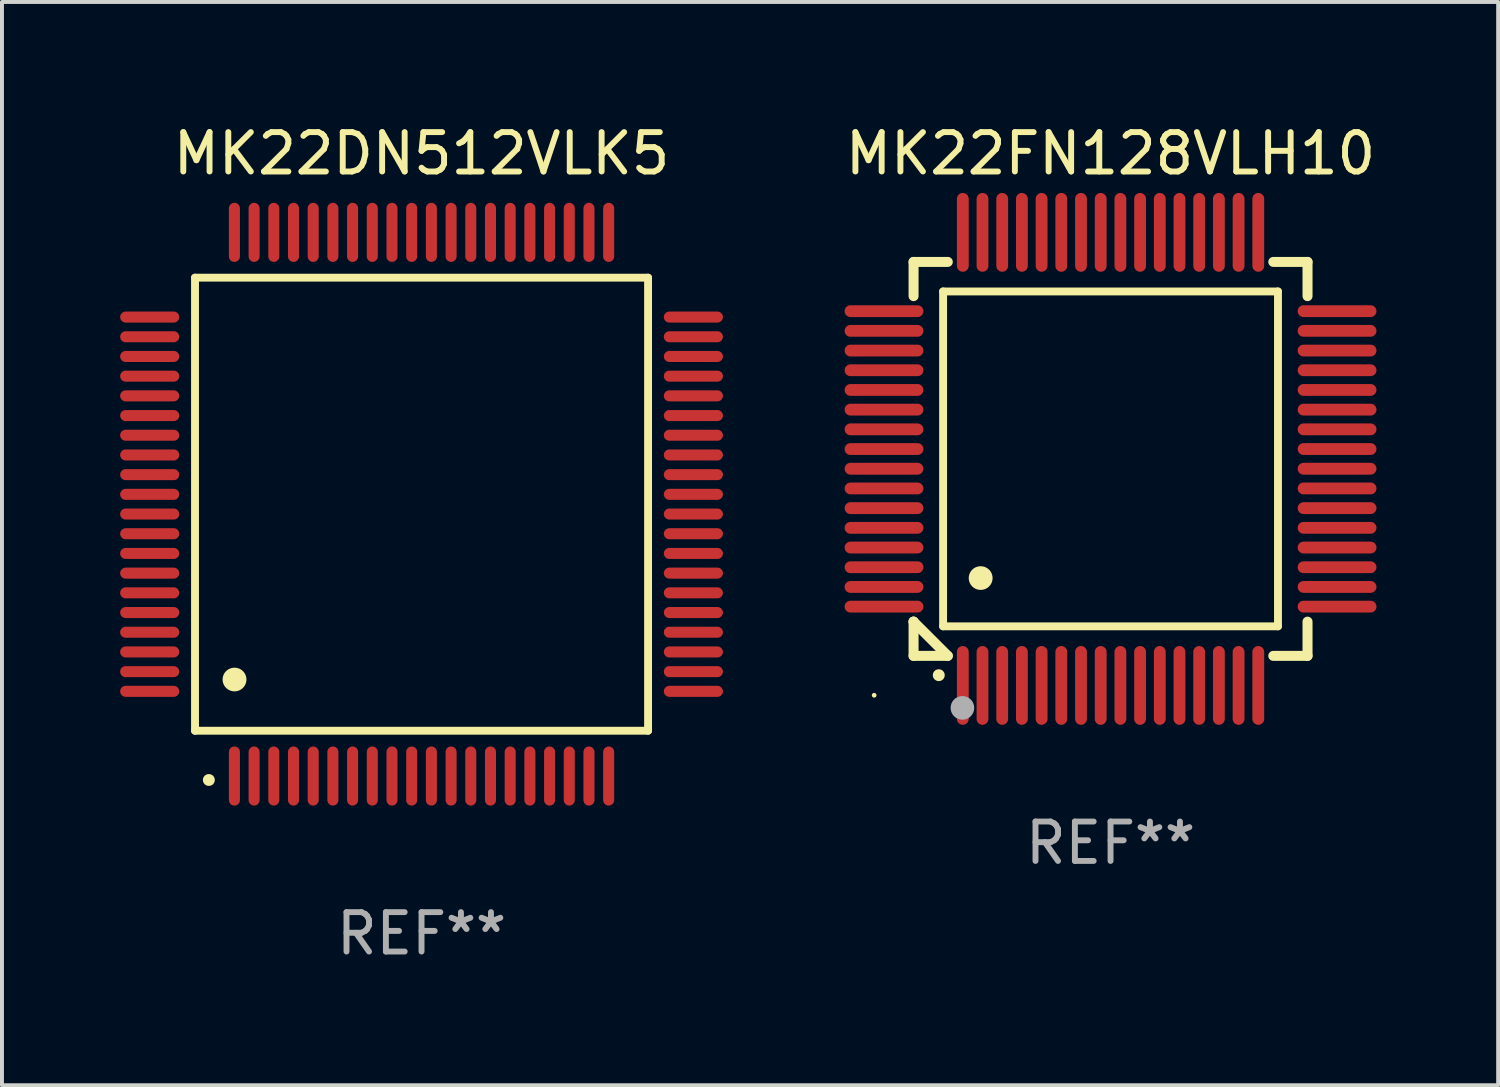
<source format=kicad_pcb>
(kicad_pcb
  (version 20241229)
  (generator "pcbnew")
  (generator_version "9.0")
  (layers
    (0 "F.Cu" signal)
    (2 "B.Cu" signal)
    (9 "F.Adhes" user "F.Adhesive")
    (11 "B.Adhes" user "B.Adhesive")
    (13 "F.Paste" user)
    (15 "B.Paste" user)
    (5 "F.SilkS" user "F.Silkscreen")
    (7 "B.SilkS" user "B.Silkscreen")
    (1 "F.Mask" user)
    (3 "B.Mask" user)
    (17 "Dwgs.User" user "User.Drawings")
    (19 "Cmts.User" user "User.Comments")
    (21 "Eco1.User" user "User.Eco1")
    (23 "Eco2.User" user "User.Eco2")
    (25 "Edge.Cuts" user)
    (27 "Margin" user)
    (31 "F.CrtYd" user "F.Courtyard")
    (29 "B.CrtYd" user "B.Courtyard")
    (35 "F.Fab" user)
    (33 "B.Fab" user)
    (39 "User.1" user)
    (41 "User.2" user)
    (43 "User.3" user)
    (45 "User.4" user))
  (footprint "MK22DN512VLK5"
    (layer "F.Cu")
    (at 7.65 9.748)
    (property "Reference" "MK22DN512VLK5" (at 0 -8.9 0) (layer "F.SilkS") (effects (font (size 1 1) (thickness 0.15))))
    (attr through_hole)
    (fp_line (start -5.75 -5.75) (end 5.75 -5.75) (stroke (width 0.2) (type solid)) (layer "F.SilkS"))
    (fp_line (start -5.75 5.75) (end -5.75 -5.75) (stroke (width 0.2) (type solid)) (layer "F.SilkS"))
    (fp_line (start 5.75 -5.75) (end 5.75 5.75) (stroke (width 0.2) (type solid)) (layer "F.SilkS"))
    (fp_line (start 5.75 5.75) (end -5.75 5.75) (stroke (width 0.2) (type solid)) (layer "F.SilkS"))
    (fp_arc (start -5.400051 7.000254) (mid -5.398781 7.000249) (end -5.397511 7.000254) (stroke (width 0.3) (type solid)) (layer "F.SilkS"))
    (fp_arc (start -4.749809 4.450089) (mid -4.747269 4.450078) (end -4.744729 4.450089) (stroke (width 0.6) (type solid)) (layer "F.SilkS"))
    (fp_text user "REF**" (at 0 10.9 0) (layer "F.Fab") (effects (font (size 1 1) (thickness 0.15))))
    (pad "1" smd oval (at -4.75 6.9) (size 0.28 1.5) (layers "F.Cu" "F.Mask" "F.Paste"))
    (pad "2" smd oval (at -4.25 6.9) (size 0.28 1.5) (layers "F.Cu" "F.Mask" "F.Paste"))
    (pad "3" smd oval (at -3.75 6.9) (size 0.28 1.5) (layers "F.Cu" "F.Mask" "F.Paste"))
    (pad "4" smd oval (at -3.25 6.9) (size 0.28 1.5) (layers "F.Cu" "F.Mask" "F.Paste"))
    (pad "5" smd oval (at -2.75 6.9) (size 0.28 1.5) (layers "F.Cu" "F.Mask" "F.Paste"))
    (pad "6" smd oval (at -2.25 6.9) (size 0.28 1.5) (layers "F.Cu" "F.Mask" "F.Paste"))
    (pad "7" smd oval (at -1.75 6.9) (size 0.28 1.5) (layers "F.Cu" "F.Mask" "F.Paste"))
    (pad "8" smd oval (at -1.25 6.9) (size 0.28 1.5) (layers "F.Cu" "F.Mask" "F.Paste"))
    (pad "9" smd oval (at -0.75 6.9) (size 0.28 1.5) (layers "F.Cu" "F.Mask" "F.Paste"))
    (pad "10" smd oval (at -0.25 6.9) (size 0.28 1.5) (layers "F.Cu" "F.Mask" "F.Paste"))
    (pad "11" smd oval (at 0.25 6.9) (size 0.28 1.5) (layers "F.Cu" "F.Mask" "F.Paste"))
    (pad "12" smd oval (at 0.75 6.9) (size 0.28 1.5) (layers "F.Cu" "F.Mask" "F.Paste"))
    (pad "13" smd oval (at 1.25 6.9) (size 0.28 1.5) (layers "F.Cu" "F.Mask" "F.Paste"))
    (pad "14" smd oval (at 1.75 6.9) (size 0.28 1.5) (layers "F.Cu" "F.Mask" "F.Paste"))
    (pad "15" smd oval (at 2.25 6.9) (size 0.28 1.5) (layers "F.Cu" "F.Mask" "F.Paste"))
    (pad "16" smd oval (at 2.75 6.9) (size 0.28 1.5) (layers "F.Cu" "F.Mask" "F.Paste"))
    (pad "17" smd oval (at 3.25 6.9) (size 0.28 1.5) (layers "F.Cu" "F.Mask" "F.Paste"))
    (pad "18" smd oval (at 3.75 6.9) (size 0.28 1.5) (layers "F.Cu" "F.Mask" "F.Paste"))
    (pad "19" smd oval (at 4.25 6.9) (size 0.28 1.5) (layers "F.Cu" "F.Mask" "F.Paste"))
    (pad "20" smd oval (at 4.75 6.9) (size 0.28 1.5) (layers "F.Cu" "F.Mask" "F.Paste"))
    (pad "21" smd oval (at 6.9 4.75) (size 1.5 0.28) (layers "F.Cu" "F.Mask" "F.Paste"))
    (pad "22" smd oval (at 6.9 4.25) (size 1.5 0.28) (layers "F.Cu" "F.Mask" "F.Paste"))
    (pad "23" smd oval (at 6.9 3.75) (size 1.5 0.28) (layers "F.Cu" "F.Mask" "F.Paste"))
    (pad "24" smd oval (at 6.9 3.25) (size 1.5 0.28) (layers "F.Cu" "F.Mask" "F.Paste"))
    (pad "25" smd oval (at 6.9 2.75) (size 1.5 0.28) (layers "F.Cu" "F.Mask" "F.Paste"))
    (pad "26" smd oval (at 6.9 2.25) (size 1.5 0.28) (layers "F.Cu" "F.Mask" "F.Paste"))
    (pad "27" smd oval (at 6.9 1.75) (size 1.5 0.28) (layers "F.Cu" "F.Mask" "F.Paste"))
    (pad "28" smd oval (at 6.9 1.25) (size 1.5 0.28) (layers "F.Cu" "F.Mask" "F.Paste"))
    (pad "29" smd oval (at 6.9 0.75) (size 1.5 0.28) (layers "F.Cu" "F.Mask" "F.Paste"))
    (pad "30" smd oval (at 6.9 0.25) (size 1.5 0.28) (layers "F.Cu" "F.Mask" "F.Paste"))
    (pad "31" smd oval (at 6.9 -0.25) (size 1.5 0.28) (layers "F.Cu" "F.Mask" "F.Paste"))
    (pad "32" smd oval (at 6.9 -0.75) (size 1.5 0.28) (layers "F.Cu" "F.Mask" "F.Paste"))
    (pad "33" smd oval (at 6.9 -1.25) (size 1.5 0.28) (layers "F.Cu" "F.Mask" "F.Paste"))
    (pad "34" smd oval (at 6.9 -1.75) (size 1.5 0.28) (layers "F.Cu" "F.Mask" "F.Paste"))
    (pad "35" smd oval (at 6.9 -2.25) (size 1.5 0.28) (layers "F.Cu" "F.Mask" "F.Paste"))
    (pad "36" smd oval (at 6.9 -2.75) (size 1.5 0.28) (layers "F.Cu" "F.Mask" "F.Paste"))
    (pad "37" smd oval (at 6.9 -3.25) (size 1.5 0.28) (layers "F.Cu" "F.Mask" "F.Paste"))
    (pad "38" smd oval (at 6.9 -3.75) (size 1.5 0.28) (layers "F.Cu" "F.Mask" "F.Paste"))
    (pad "39" smd oval (at 6.9 -4.25) (size 1.5 0.28) (layers "F.Cu" "F.Mask" "F.Paste"))
    (pad "40" smd oval (at 6.9 -4.75) (size 1.5 0.28) (layers "F.Cu" "F.Mask" "F.Paste"))
    (pad "41" smd oval (at 4.75 -6.9) (size 0.28 1.5) (layers "F.Cu" "F.Mask" "F.Paste"))
    (pad "42" smd oval (at 4.25 -6.9) (size 0.28 1.5) (layers "F.Cu" "F.Mask" "F.Paste"))
    (pad "43" smd oval (at 3.75 -6.9) (size 0.28 1.5) (layers "F.Cu" "F.Mask" "F.Paste"))
    (pad "44" smd oval (at 3.25 -6.9) (size 0.28 1.5) (layers "F.Cu" "F.Mask" "F.Paste"))
    (pad "45" smd oval (at 2.75 -6.9) (size 0.28 1.5) (layers "F.Cu" "F.Mask" "F.Paste"))
    (pad "46" smd oval (at 2.25 -6.9) (size 0.28 1.5) (layers "F.Cu" "F.Mask" "F.Paste"))
    (pad "47" smd oval (at 1.75 -6.9) (size 0.28 1.5) (layers "F.Cu" "F.Mask" "F.Paste"))
    (pad "48" smd oval (at 1.25 -6.9) (size 0.28 1.5) (layers "F.Cu" "F.Mask" "F.Paste"))
    (pad "49" smd oval (at 0.75 -6.9) (size 0.28 1.5) (layers "F.Cu" "F.Mask" "F.Paste"))
    (pad "50" smd oval (at 0.25 -6.9) (size 0.28 1.5) (layers "F.Cu" "F.Mask" "F.Paste"))
    (pad "51" smd oval (at -0.25 -6.9) (size 0.28 1.5) (layers "F.Cu" "F.Mask" "F.Paste"))
    (pad "52" smd oval (at -0.75 -6.9) (size 0.28 1.5) (layers "F.Cu" "F.Mask" "F.Paste"))
    (pad "53" smd oval (at -1.25 -6.9) (size 0.28 1.5) (layers "F.Cu" "F.Mask" "F.Paste"))
    (pad "54" smd oval (at -1.75 -6.9) (size 0.28 1.5) (layers "F.Cu" "F.Mask" "F.Paste"))
    (pad "55" smd oval (at -2.25 -6.9) (size 0.28 1.5) (layers "F.Cu" "F.Mask" "F.Paste"))
    (pad "56" smd oval (at -2.75 -6.9) (size 0.28 1.5) (layers "F.Cu" "F.Mask" "F.Paste"))
    (pad "57" smd oval (at -3.25 -6.9) (size 0.28 1.5) (layers "F.Cu" "F.Mask" "F.Paste"))
    (pad "58" smd oval (at -3.75 -6.9) (size 0.28 1.5) (layers "F.Cu" "F.Mask" "F.Paste"))
    (pad "59" smd oval (at -4.25 -6.9) (size 0.28 1.5) (layers "F.Cu" "F.Mask" "F.Paste"))
    (pad "60" smd oval (at -4.75 -6.9) (size 0.28 1.5) (layers "F.Cu" "F.Mask" "F.Paste"))
    (pad "61" smd oval (at -6.9 -4.75) (size 1.5 0.28) (layers "F.Cu" "F.Mask" "F.Paste"))
    (pad "62" smd oval (at -6.9 -4.25) (size 1.5 0.28) (layers "F.Cu" "F.Mask" "F.Paste"))
    (pad "63" smd oval (at -6.9 -3.75) (size 1.5 0.28) (layers "F.Cu" "F.Mask" "F.Paste"))
    (pad "64" smd oval (at -6.9 -3.25) (size 1.5 0.28) (layers "F.Cu" "F.Mask" "F.Paste"))
    (pad "65" smd oval (at -6.9 -2.75) (size 1.5 0.28) (layers "F.Cu" "F.Mask" "F.Paste"))
    (pad "66" smd oval (at -6.9 -2.25) (size 1.5 0.28) (layers "F.Cu" "F.Mask" "F.Paste"))
    (pad "67" smd oval (at -6.9 -1.75) (size 1.5 0.28) (layers "F.Cu" "F.Mask" "F.Paste"))
    (pad "68" smd oval (at -6.9 -1.25) (size 1.5 0.28) (layers "F.Cu" "F.Mask" "F.Paste"))
    (pad "69" smd oval (at -6.9 -0.75) (size 1.5 0.28) (layers "F.Cu" "F.Mask" "F.Paste"))
    (pad "70" smd oval (at -6.9 -0.25) (size 1.5 0.28) (layers "F.Cu" "F.Mask" "F.Paste"))
    (pad "71" smd oval (at -6.9 0.25) (size 1.5 0.28) (layers "F.Cu" "F.Mask" "F.Paste"))
    (pad "72" smd oval (at -6.9 0.75) (size 1.5 0.28) (layers "F.Cu" "F.Mask" "F.Paste"))
    (pad "73" smd oval (at -6.9 1.25) (size 1.5 0.28) (layers "F.Cu" "F.Mask" "F.Paste"))
    (pad "74" smd oval (at -6.9 1.75) (size 1.5 0.28) (layers "F.Cu" "F.Mask" "F.Paste"))
    (pad "75" smd oval (at -6.9 2.25) (size 1.5 0.28) (layers "F.Cu" "F.Mask" "F.Paste"))
    (pad "76" smd oval (at -6.9 2.75) (size 1.5 0.28) (layers "F.Cu" "F.Mask" "F.Paste"))
    (pad "77" smd oval (at -6.9 3.25) (size 1.5 0.28) (layers "F.Cu" "F.Mask" "F.Paste"))
    (pad "78" smd oval (at -6.9 3.75) (size 1.5 0.28) (layers "F.Cu" "F.Mask" "F.Paste"))
    (pad "79" smd oval (at -6.9 4.25) (size 1.5 0.28) (layers "F.Cu" "F.Mask" "F.Paste"))
    (pad "80" smd oval (at -6.9 4.75) (size 1.5 0.28) (layers "F.Cu" "F.Mask" "F.Paste")))
  (footprint "MK22FN128VLH10"
    (layer "F.Cu")
    (at 25.139 8.598)
    (property "Reference" "MK22FN128VLH10" (at 0 -7.75 0) (layer "F.SilkS") (effects (font (size 1 1) (thickness 0.15))))
    (attr through_hole)
    (fp_line (start -5 -5) (end -4.131 -5) (stroke (width 0.254) (type solid)) (layer "F.SilkS"))
    (fp_line (start -5 -4.131) (end -5 -5) (stroke (width 0.254) (type solid)) (layer "F.SilkS"))
    (fp_line (start -5 4.131) (end -5 4.131) (stroke (width 0.254) (type solid)) (layer "F.SilkS"))
    (fp_line (start -5 5) (end -5 4.131) (stroke (width 0.254) (type solid)) (layer "F.SilkS"))
    (fp_line (start -5 4.131) (end -4.131 5) (stroke (width 0.254) (type solid)) (layer "F.SilkS"))
    (fp_line (start -4.25 -4.25) (end -4.25 4.25) (stroke (width 0.2) (type solid)) (layer "F.SilkS"))
    (fp_line (start -4.25 4.25) (end 4.25 4.25) (stroke (width 0.2) (type solid)) (layer "F.SilkS"))
    (fp_line (start -4.131 5) (end -5 5) (stroke (width 0.254) (type solid)) (layer "F.SilkS"))
    (fp_line (start 4.25 -4.25) (end -4.25 -4.25) (stroke (width 0.2) (type solid)) (layer "F.SilkS"))
    (fp_line (start 4.25 4.25) (end 4.25 -4.25) (stroke (width 0.2) (type solid)) (layer "F.SilkS"))
    (fp_line (start 5 -5) (end 4.131 -5) (stroke (width 0.254) (type solid)) (layer "F.SilkS"))
    (fp_line (start 5 -5) (end 5 -4.131) (stroke (width 0.254) (type solid)) (layer "F.SilkS"))
    (fp_line (start 5 4.131) (end 5 5) (stroke (width 0.254) (type solid)) (layer "F.SilkS"))
    (fp_line (start 5 5) (end 4.131 5) (stroke (width 0.254) (type solid)) (layer "F.SilkS"))
    (fp_arc (start -4.361265 5.489992) (mid -4.359995 5.489987) (end -4.358725 5.489992) (stroke (width 0.3) (type solid)) (layer "F.SilkS"))
    (fp_arc (start -3.299467 3.025146) (mid -3.296927 3.025135) (end -3.294387 3.025146) (stroke (width 0.6) (type solid)) (layer "F.SilkS"))
    (fp_circle (center -6 6) (end -5.97 6) (stroke (width 0.06) (type solid)) (fill no) (layer "F.SilkS"))
    (fp_circle (center -3.76 6.32) (end -3.61 6.32) (stroke (width 0.3) (type solid)) (fill no) (layer "F.Fab"))
    (fp_text user "REF**" (at 0 9.75 0) (layer "F.Fab") (effects (font (size 1 1) (thickness 0.15))))
    (pad "1" smd oval (at -3.75 5.75) (size 0.3 2) (layers "F.Cu" "F.Mask" "F.Paste"))
    (pad "2" smd oval (at -3.25 5.75) (size 0.3 2) (layers "F.Cu" "F.Mask" "F.Paste"))
    (pad "3" smd oval (at -2.75 5.75) (size 0.3 2) (layers "F.Cu" "F.Mask" "F.Paste"))
    (pad "4" smd oval (at -2.25 5.75) (size 0.3 2) (layers "F.Cu" "F.Mask" "F.Paste"))
    (pad "5" smd oval (at -1.75 5.75) (size 0.3 2) (layers "F.Cu" "F.Mask" "F.Paste"))
    (pad "6" smd oval (at -1.25 5.75) (size 0.3 2) (layers "F.Cu" "F.Mask" "F.Paste"))
    (pad "7" smd oval (at -0.75 5.75) (size 0.3 2) (layers "F.Cu" "F.Mask" "F.Paste"))
    (pad "8" smd oval (at -0.25 5.75) (size 0.3 2) (layers "F.Cu" "F.Mask" "F.Paste"))
    (pad "9" smd oval (at 0.25 5.75) (size 0.3 2) (layers "F.Cu" "F.Mask" "F.Paste"))
    (pad "10" smd oval (at 0.75 5.75) (size 0.3 2) (layers "F.Cu" "F.Mask" "F.Paste"))
    (pad "11" smd oval (at 1.25 5.75) (size 0.3 2) (layers "F.Cu" "F.Mask" "F.Paste"))
    (pad "12" smd oval (at 1.75 5.75) (size 0.3 2) (layers "F.Cu" "F.Mask" "F.Paste"))
    (pad "13" smd oval (at 2.25 5.75) (size 0.3 2) (layers "F.Cu" "F.Mask" "F.Paste"))
    (pad "14" smd oval (at 2.75 5.75) (size 0.3 2) (layers "F.Cu" "F.Mask" "F.Paste"))
    (pad "15" smd oval (at 3.25 5.75) (size 0.3 2) (layers "F.Cu" "F.Mask" "F.Paste"))
    (pad "16" smd oval (at 3.75 5.75) (size 0.3 2) (layers "F.Cu" "F.Mask" "F.Paste"))
    (pad "17" smd oval (at 5.75 3.75) (size 2 0.3) (layers "F.Cu" "F.Mask" "F.Paste"))
    (pad "18" smd oval (at 5.75 3.25) (size 2 0.3) (layers "F.Cu" "F.Mask" "F.Paste"))
    (pad "19" smd oval (at 5.75 2.75) (size 2 0.3) (layers "F.Cu" "F.Mask" "F.Paste"))
    (pad "20" smd oval (at 5.75 2.25) (size 2 0.3) (layers "F.Cu" "F.Mask" "F.Paste"))
    (pad "21" smd oval (at 5.75 1.75) (size 2 0.3) (layers "F.Cu" "F.Mask" "F.Paste"))
    (pad "22" smd oval (at 5.75 1.25) (size 2 0.3) (layers "F.Cu" "F.Mask" "F.Paste"))
    (pad "23" smd oval (at 5.75 0.75) (size 2 0.3) (layers "F.Cu" "F.Mask" "F.Paste"))
    (pad "24" smd oval (at 5.75 0.25) (size 2 0.3) (layers "F.Cu" "F.Mask" "F.Paste"))
    (pad "25" smd oval (at 5.75 -0.25) (size 2 0.3) (layers "F.Cu" "F.Mask" "F.Paste"))
    (pad "26" smd oval (at 5.75 -0.75) (size 2 0.3) (layers "F.Cu" "F.Mask" "F.Paste"))
    (pad "27" smd oval (at 5.75 -1.25) (size 2 0.3) (layers "F.Cu" "F.Mask" "F.Paste"))
    (pad "28" smd oval (at 5.75 -1.75) (size 2 0.3) (layers "F.Cu" "F.Mask" "F.Paste"))
    (pad "29" smd oval (at 5.75 -2.25) (size 2 0.3) (layers "F.Cu" "F.Mask" "F.Paste"))
    (pad "30" smd oval (at 5.75 -2.75) (size 2 0.3) (layers "F.Cu" "F.Mask" "F.Paste"))
    (pad "31" smd oval (at 5.75 -3.25) (size 2 0.3) (layers "F.Cu" "F.Mask" "F.Paste"))
    (pad "32" smd oval (at 5.75 -3.75) (size 2 0.3) (layers "F.Cu" "F.Mask" "F.Paste"))
    (pad "33" smd oval (at 3.75 -5.75) (size 0.3 2) (layers "F.Cu" "F.Mask" "F.Paste"))
    (pad "34" smd oval (at 3.25 -5.75) (size 0.3 2) (layers "F.Cu" "F.Mask" "F.Paste"))
    (pad "35" smd oval (at 2.75 -5.75) (size 0.3 2) (layers "F.Cu" "F.Mask" "F.Paste"))
    (pad "36" smd oval (at 2.25 -5.75) (size 0.3 2) (layers "F.Cu" "F.Mask" "F.Paste"))
    (pad "37" smd oval (at 1.75 -5.75) (size 0.3 2) (layers "F.Cu" "F.Mask" "F.Paste"))
    (pad "38" smd oval (at 1.25 -5.75) (size 0.3 2) (layers "F.Cu" "F.Mask" "F.Paste"))
    (pad "39" smd oval (at 0.75 -5.75) (size 0.3 2) (layers "F.Cu" "F.Mask" "F.Paste"))
    (pad "40" smd oval (at 0.25 -5.75) (size 0.3 2) (layers "F.Cu" "F.Mask" "F.Paste"))
    (pad "41" smd oval (at -0.25 -5.75) (size 0.3 2) (layers "F.Cu" "F.Mask" "F.Paste"))
    (pad "42" smd oval (at -0.75 -5.75) (size 0.3 2) (layers "F.Cu" "F.Mask" "F.Paste"))
    (pad "43" smd oval (at -1.25 -5.75) (size 0.3 2) (layers "F.Cu" "F.Mask" "F.Paste"))
    (pad "44" smd oval (at -1.75 -5.75) (size 0.3 2) (layers "F.Cu" "F.Mask" "F.Paste"))
    (pad "45" smd oval (at -2.25 -5.75) (size 0.3 2) (layers "F.Cu" "F.Mask" "F.Paste"))
    (pad "46" smd oval (at -2.75 -5.75) (size 0.3 2) (layers "F.Cu" "F.Mask" "F.Paste"))
    (pad "47" smd oval (at -3.25 -5.75) (size 0.3 2) (layers "F.Cu" "F.Mask" "F.Paste"))
    (pad "48" smd oval (at -3.75 -5.75) (size 0.3 2) (layers "F.Cu" "F.Mask" "F.Paste"))
    (pad "49" smd oval (at -5.75 -3.75) (size 2 0.3) (layers "F.Cu" "F.Mask" "F.Paste"))
    (pad "50" smd oval (at -5.75 -3.25) (size 2 0.3) (layers "F.Cu" "F.Mask" "F.Paste"))
    (pad "51" smd oval (at -5.75 -2.75) (size 2 0.3) (layers "F.Cu" "F.Mask" "F.Paste"))
    (pad "52" smd oval (at -5.75 -2.25) (size 2 0.3) (layers "F.Cu" "F.Mask" "F.Paste"))
    (pad "53" smd oval (at -5.75 -1.75) (size 2 0.3) (layers "F.Cu" "F.Mask" "F.Paste"))
    (pad "54" smd oval (at -5.75 -1.25) (size 2 0.3) (layers "F.Cu" "F.Mask" "F.Paste"))
    (pad "55" smd oval (at -5.75 -0.75) (size 2 0.3) (layers "F.Cu" "F.Mask" "F.Paste"))
    (pad "56" smd oval (at -5.75 -0.25) (size 2 0.3) (layers "F.Cu" "F.Mask" "F.Paste"))
    (pad "57" smd oval (at -5.75 0.25) (size 2 0.3) (layers "F.Cu" "F.Mask" "F.Paste"))
    (pad "58" smd oval (at -5.75 0.75) (size 2 0.3) (layers "F.Cu" "F.Mask" "F.Paste"))
    (pad "59" smd oval (at -5.75 1.25) (size 2 0.3) (layers "F.Cu" "F.Mask" "F.Paste"))
    (pad "60" smd oval (at -5.75 1.75) (size 2 0.3) (layers "F.Cu" "F.Mask" "F.Paste"))
    (pad "61" smd oval (at -5.75 2.25) (size 2 0.3) (layers "F.Cu" "F.Mask" "F.Paste"))
    (pad "62" smd oval (at -5.75 2.75) (size 2 0.3) (layers "F.Cu" "F.Mask" "F.Paste"))
    (pad "63" smd oval (at -5.75 3.25) (size 2 0.3) (layers "F.Cu" "F.Mask" "F.Paste"))
    (pad "64" smd oval (at -5.75 3.75) (size 2 0.3) (layers "F.Cu" "F.Mask" "F.Paste")))
  (gr_rect
    (start -3 -3)
    (end 34.978 24.496)
    (stroke (width 0.1) (type default))
    (fill no)
    (layer "Edge.Cuts")))
</source>
